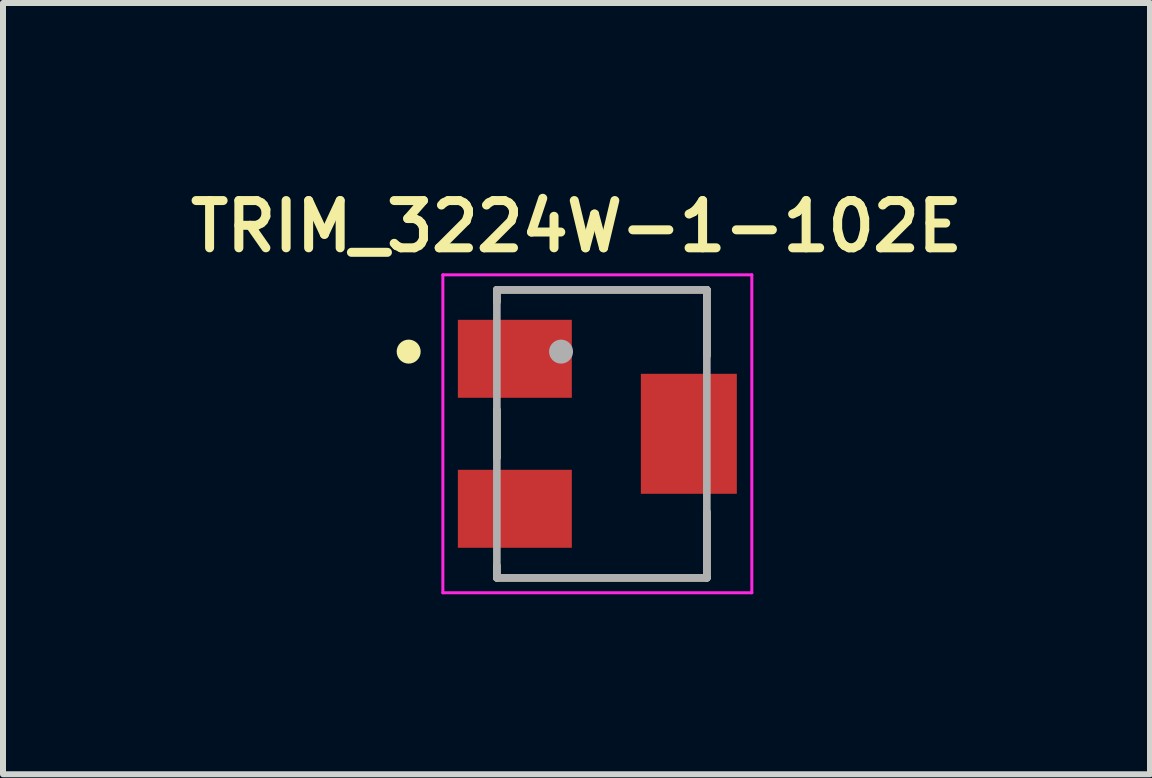
<source format=kicad_pcb>
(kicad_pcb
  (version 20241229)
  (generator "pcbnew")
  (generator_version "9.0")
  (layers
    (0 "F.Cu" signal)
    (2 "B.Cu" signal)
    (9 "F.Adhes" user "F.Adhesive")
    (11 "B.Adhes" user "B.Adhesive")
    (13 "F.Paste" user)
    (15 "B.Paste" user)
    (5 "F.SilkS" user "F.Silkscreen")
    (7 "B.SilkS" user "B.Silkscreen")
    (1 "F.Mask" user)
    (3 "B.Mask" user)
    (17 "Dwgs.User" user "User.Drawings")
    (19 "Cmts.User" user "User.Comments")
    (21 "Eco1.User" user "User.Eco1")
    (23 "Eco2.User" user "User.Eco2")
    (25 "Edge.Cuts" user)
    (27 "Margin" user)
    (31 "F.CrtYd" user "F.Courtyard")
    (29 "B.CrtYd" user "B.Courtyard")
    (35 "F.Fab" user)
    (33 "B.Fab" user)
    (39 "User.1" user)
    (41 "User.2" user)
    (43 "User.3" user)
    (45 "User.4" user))
  (footprint "TRIM_3224W-1-102E"
    (layer "F.Cu")
    (at 6.982 4.181)
    (property "Reference" "TRIM_3224W-1-102E" (at -0.422 -3.457 0) (layer "F.SilkS") (effects (font (size 0.788 0.788) (thickness 0.15))))
    (attr through_hole)
    (fp_line (start -1.75 -2.4) (end -1.75 -2.2) (stroke (width 0.127) (type solid)) (layer "F.SilkS"))
    (fp_line (start -1.75 -2.4) (end 1.75 -2.4) (stroke (width 0.127) (type solid)) (layer "F.SilkS"))
    (fp_line (start -1.75 0.4) (end -1.75 -0.4) (stroke (width 0.127) (type solid)) (layer "F.SilkS"))
    (fp_line (start -1.75 2.2) (end -1.75 2.4) (stroke (width 0.127) (type solid)) (layer "F.SilkS"))
    (fp_line (start 1.75 -2.4) (end 1.75 -1.3) (stroke (width 0.127) (type solid)) (layer "F.SilkS"))
    (fp_line (start 1.75 1.3) (end 1.75 2.4) (stroke (width 0.127) (type solid)) (layer "F.SilkS"))
    (fp_line (start 1.75 2.4) (end -1.75 2.4) (stroke (width 0.127) (type solid)) (layer "F.SilkS"))
    (fp_circle (center -3.22 -1.37) (end -3.12 -1.37) (stroke (width 0.2) (type solid)) (fill no) (layer "F.SilkS"))
    (fp_line (start -2.65 -2.65) (end -2.65 2.65) (stroke (width 0.05) (type solid)) (layer "F.CrtYd"))
    (fp_line (start -2.65 2.65) (end 2.5 2.65) (stroke (width 0.05) (type solid)) (layer "F.CrtYd"))
    (fp_line (start 2.5 -2.65) (end -2.65 -2.65) (stroke (width 0.05) (type solid)) (layer "F.CrtYd"))
    (fp_line (start 2.5 2.65) (end 2.5 -2.65) (stroke (width 0.05) (type solid)) (layer "F.CrtYd"))
    (fp_line (start -1.75 -2.4) (end 1.75 -2.4) (stroke (width 0.127) (type solid)) (layer "F.Fab"))
    (fp_line (start -1.75 2.4) (end -1.75 -2.4) (stroke (width 0.127) (type solid)) (layer "F.Fab"))
    (fp_line (start 1.75 -2.4) (end 1.75 2.4) (stroke (width 0.127) (type solid)) (layer "F.Fab"))
    (fp_line (start 1.75 2.4) (end -1.75 2.4) (stroke (width 0.127) (type solid)) (layer "F.Fab"))
    (fp_circle (center -0.68 -1.37) (end -0.58 -1.37) (stroke (width 0.2) (type solid)) (fill no) (layer "F.Fab"))
    (pad "1" smd rect (at -1.45 -1.25) (size 1.9 1.3) (layers "F.Cu" "F.Mask" "F.Paste"))
    (pad "2" smd rect (at 1.45 0) (size 1.6 2) (layers "F.Cu" "F.Mask" "F.Paste"))
    (pad "3" smd rect (at -1.45 1.25) (size 1.9 1.3) (layers "F.Cu" "F.Mask" "F.Paste")))
  (gr_rect
    (start -3 -3)
    (end 16.119 9.856)
    (stroke (width 0.1) (type default))
    (fill no)
    (layer "Edge.Cuts")))
</source>
